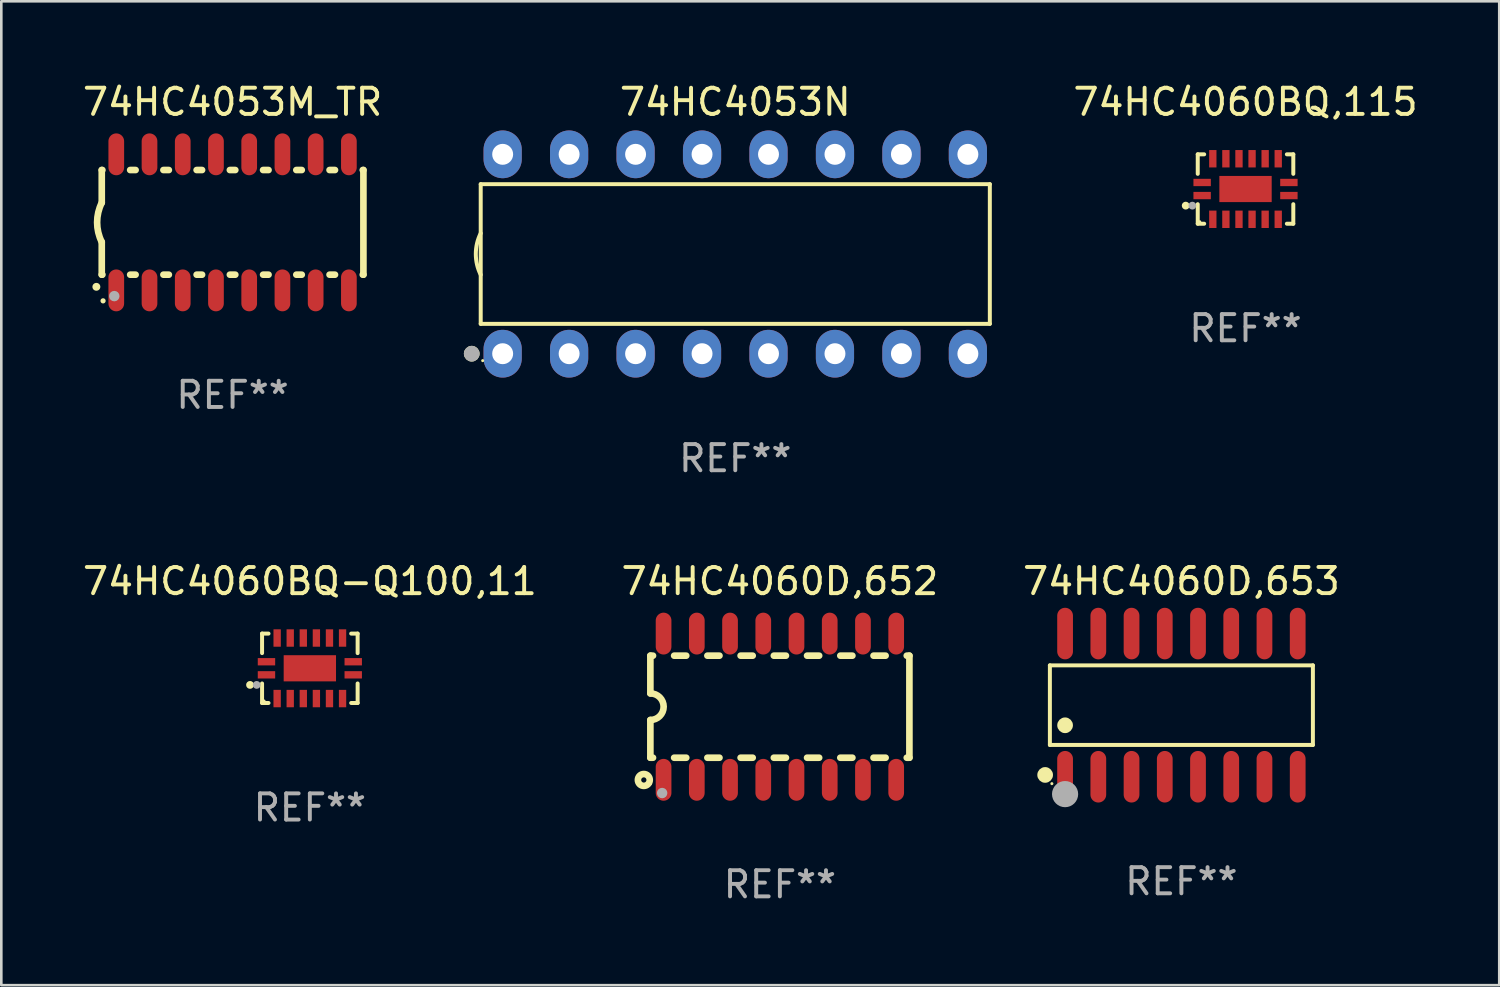
<source format=kicad_pcb>
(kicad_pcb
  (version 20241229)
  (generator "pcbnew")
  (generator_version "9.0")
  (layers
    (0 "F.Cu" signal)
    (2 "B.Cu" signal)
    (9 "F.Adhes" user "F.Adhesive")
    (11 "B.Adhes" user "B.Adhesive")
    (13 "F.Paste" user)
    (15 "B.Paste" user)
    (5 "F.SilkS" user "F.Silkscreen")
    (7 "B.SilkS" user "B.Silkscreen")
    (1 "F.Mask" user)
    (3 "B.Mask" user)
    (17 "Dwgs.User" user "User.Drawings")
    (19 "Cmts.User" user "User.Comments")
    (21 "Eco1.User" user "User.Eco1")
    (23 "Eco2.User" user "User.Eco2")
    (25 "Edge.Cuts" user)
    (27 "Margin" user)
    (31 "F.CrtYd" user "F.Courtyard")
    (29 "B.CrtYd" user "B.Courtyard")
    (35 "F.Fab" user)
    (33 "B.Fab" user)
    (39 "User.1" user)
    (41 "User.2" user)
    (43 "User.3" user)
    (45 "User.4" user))
  (footprint "74HC4060D,653"
    (layer "F.Cu")
    (at 42.101 23.9)
    (property "Reference" "74HC4060D,653" (at 0 -4.736 0) (layer "F.SilkS") (effects (font (size 1 1) (thickness 0.15))))
    (attr through_hole)
    (fp_line (start -5.026 -1.521) (end 5.026 -1.521) (stroke (width 0.152) (type solid)) (layer "F.SilkS"))
    (fp_line (start -5.026 1.521) (end -5.026 -1.521) (stroke (width 0.152) (type solid)) (layer "F.SilkS"))
    (fp_line (start 5.026 -1.521) (end 5.026 1.521) (stroke (width 0.152) (type solid)) (layer "F.SilkS"))
    (fp_line (start 5.026 1.521) (end -5.026 1.521) (stroke (width 0.152) (type solid)) (layer "F.SilkS"))
    (fp_circle (center -5.207 2.667) (end -5.057 2.667) (stroke (width 0.3) (type solid)) (fill no) (layer "F.SilkS"))
    (fp_circle (center -4.95 3) (end -4.92 3) (stroke (width 0.06) (type solid)) (fill no) (layer "F.SilkS"))
    (fp_circle (center -4.445 0.769) (end -4.295 0.769) (stroke (width 0.3) (type solid)) (fill no) (layer "F.SilkS"))
    (fp_circle (center -4.445 3.4) (end -4.195 3.4) (stroke (width 0.5) (type solid)) (fill no) (layer "F.Fab"))
    (fp_text user "REF**" (at 0 6.736 0) (layer "F.Fab") (effects (font (size 1 1) (thickness 0.15))))
    (pad "1" smd oval (at -4.445 2.736) (size 0.602 1.971) (layers "F.Cu" "F.Mask" "F.Paste"))
    (pad "2" smd oval (at -3.175 2.736) (size 0.602 1.971) (layers "F.Cu" "F.Mask" "F.Paste"))
    (pad "3" smd oval (at -1.905 2.736) (size 0.602 1.971) (layers "F.Cu" "F.Mask" "F.Paste"))
    (pad "4" smd oval (at -0.635 2.736) (size 0.602 1.971) (layers "F.Cu" "F.Mask" "F.Paste"))
    (pad "5" smd oval (at 0.635 2.736) (size 0.602 1.971) (layers "F.Cu" "F.Mask" "F.Paste"))
    (pad "6" smd oval (at 1.905 2.736) (size 0.602 1.971) (layers "F.Cu" "F.Mask" "F.Paste"))
    (pad "7" smd oval (at 3.175 2.736) (size 0.602 1.971) (layers "F.Cu" "F.Mask" "F.Paste"))
    (pad "8" smd oval (at 4.445 2.736) (size 0.602 1.971) (layers "F.Cu" "F.Mask" "F.Paste"))
    (pad "9" smd oval (at 4.445 -2.736) (size 0.602 1.971) (layers "F.Cu" "F.Mask" "F.Paste"))
    (pad "10" smd oval (at 3.175 -2.736) (size 0.602 1.971) (layers "F.Cu" "F.Mask" "F.Paste"))
    (pad "11" smd oval (at 1.905 -2.736) (size 0.602 1.971) (layers "F.Cu" "F.Mask" "F.Paste"))
    (pad "12" smd oval (at 0.635 -2.736) (size 0.602 1.971) (layers "F.Cu" "F.Mask" "F.Paste"))
    (pad "13" smd oval (at -0.635 -2.736) (size 0.602 1.971) (layers "F.Cu" "F.Mask" "F.Paste"))
    (pad "14" smd oval (at -1.905 -2.736) (size 0.602 1.971) (layers "F.Cu" "F.Mask" "F.Paste"))
    (pad "15" smd oval (at -3.175 -2.736) (size 0.602 1.971) (layers "F.Cu" "F.Mask" "F.Paste"))
    (pad "16" smd oval (at -4.445 -2.736) (size 0.602 1.971) (layers "F.Cu" "F.Mask" "F.Paste")))
  (footprint "74HC4053M_TR"
    (layer "F.Cu")
    (at 5.839 5.448)
    (property "Reference" "74HC4053M_TR" (at 0 -4.6 0) (layer "F.SilkS") (effects (font (size 1 1) (thickness 0.15))))
    (attr through_hole)
    (fp_line (start -5 -2) (end -5 -0.75) (stroke (width 0.254) (type solid)) (layer "F.SilkS"))
    (fp_line (start -5 -2) (end -4.976 -2) (stroke (width 0.254) (type solid)) (layer "F.SilkS"))
    (fp_line (start -5 2) (end -5 0.75) (stroke (width 0.254) (type solid)) (layer "F.SilkS"))
    (fp_line (start -5 2) (end -4.976 2) (stroke (width 0.254) (type solid)) (layer "F.SilkS"))
    (fp_line (start -3.914 -2) (end -3.706 -2) (stroke (width 0.254) (type solid)) (layer "F.SilkS"))
    (fp_line (start -3.914 2) (end -3.706 2) (stroke (width 0.254) (type solid)) (layer "F.SilkS"))
    (fp_line (start -2.644 -2) (end -2.436 -2) (stroke (width 0.254) (type solid)) (layer "F.SilkS"))
    (fp_line (start -2.644 2) (end -2.436 2) (stroke (width 0.254) (type solid)) (layer "F.SilkS"))
    (fp_line (start -1.374 -2) (end -1.166 -2) (stroke (width 0.254) (type solid)) (layer "F.SilkS"))
    (fp_line (start -1.374 2) (end -1.166 2) (stroke (width 0.254) (type solid)) (layer "F.SilkS"))
    (fp_line (start -0.104 -2) (end 0.104 -2) (stroke (width 0.254) (type solid)) (layer "F.SilkS"))
    (fp_line (start -0.104 2) (end 0.104 2) (stroke (width 0.254) (type solid)) (layer "F.SilkS"))
    (fp_line (start 1.166 -2) (end 1.374 -2) (stroke (width 0.254) (type solid)) (layer "F.SilkS"))
    (fp_line (start 1.166 2) (end 1.374 2) (stroke (width 0.254) (type solid)) (layer "F.SilkS"))
    (fp_line (start 2.436 -2) (end 2.644 -2) (stroke (width 0.254) (type solid)) (layer "F.SilkS"))
    (fp_line (start 2.436 2) (end 2.644 2) (stroke (width 0.254) (type solid)) (layer "F.SilkS"))
    (fp_line (start 3.706 -2) (end 3.914 -2) (stroke (width 0.254) (type solid)) (layer "F.SilkS"))
    (fp_line (start 3.706 2) (end 3.914 2) (stroke (width 0.254) (type solid)) (layer "F.SilkS"))
    (fp_line (start 4.976 -2) (end 5 -2) (stroke (width 0.254) (type solid)) (layer "F.SilkS"))
    (fp_line (start 4.976 2) (end 5 2) (stroke (width 0.254) (type solid)) (layer "F.SilkS"))
    (fp_line (start 5 2) (end 5 -2) (stroke (width 0.254) (type solid)) (layer "F.SilkS"))
    (fp_arc (start -5.20701 2.46383) (mid -5.20574 2.463825) (end -5.20447 2.46383) (stroke (width 0.3) (type solid)) (layer "F.SilkS"))
    (fp_arc (start -5 0.751207) (mid -5.177192 0.00061) (end -5 -0.749987) (stroke (width 0.254001) (type solid)) (layer "F.SilkS"))
    (fp_circle (center -4.95 3) (end -4.9 3) (stroke (width 0.1) (type solid)) (fill no) (layer "F.SilkS"))
    (fp_circle (center -4.521 2.819) (end -4.421 2.819) (stroke (width 0.2) (type solid)) (fill no) (layer "F.Fab"))
    (fp_text user "REF**" (at 0 6.6 0) (layer "F.Fab") (effects (font (size 1 1) (thickness 0.15))))
    (pad "1" smd oval (at -4.445 2.6 180) (size 0.6 1.6) (layers "F.Cu" "F.Mask" "F.Paste"))
    (pad "2" smd oval (at -3.175 2.6 180) (size 0.6 1.6) (layers "F.Cu" "F.Mask" "F.Paste"))
    (pad "3" smd oval (at -1.905 2.6 180) (size 0.6 1.6) (layers "F.Cu" "F.Mask" "F.Paste"))
    (pad "4" smd oval (at -0.635 2.6 180) (size 0.6 1.6) (layers "F.Cu" "F.Mask" "F.Paste"))
    (pad "5" smd oval (at 0.635 2.6 180) (size 0.6 1.6) (layers "F.Cu" "F.Mask" "F.Paste"))
    (pad "6" smd oval (at 1.905 2.6 180) (size 0.6 1.6) (layers "F.Cu" "F.Mask" "F.Paste"))
    (pad "7" smd oval (at 3.175 2.6 180) (size 0.6 1.6) (layers "F.Cu" "F.Mask" "F.Paste"))
    (pad "8" smd oval (at 4.445 2.6 180) (size 0.6 1.6) (layers "F.Cu" "F.Mask" "F.Paste"))
    (pad "9" smd oval (at 4.445 -2.6 180) (size 0.6 1.6) (layers "F.Cu" "F.Mask" "F.Paste"))
    (pad "10" smd oval (at 3.175 -2.6 180) (size 0.6 1.6) (layers "F.Cu" "F.Mask" "F.Paste"))
    (pad "11" smd oval (at 1.905 -2.6 180) (size 0.6 1.6) (layers "F.Cu" "F.Mask" "F.Paste"))
    (pad "12" smd oval (at 0.635 -2.6 180) (size 0.6 1.6) (layers "F.Cu" "F.Mask" "F.Paste"))
    (pad "13" smd oval (at -0.635 -2.6 180) (size 0.6 1.6) (layers "F.Cu" "F.Mask" "F.Paste"))
    (pad "14" smd oval (at -1.905 -2.6 180) (size 0.6 1.6) (layers "F.Cu" "F.Mask" "F.Paste"))
    (pad "15" smd oval (at -3.175 -2.6 180) (size 0.6 1.6) (layers "F.Cu" "F.Mask" "F.Paste"))
    (pad "16" smd oval (at -4.445 -2.6 180) (size 0.6 1.6) (layers "F.Cu" "F.Mask" "F.Paste")))
  (footprint "74HC4060BQ,115"
    (layer "F.Cu")
    (at 44.552 4.174)
    (property "Reference" "74HC4060BQ,115" (at 0 -3.326 0) (layer "F.SilkS") (effects (font (size 1 1) (thickness 0.15))))
    (attr through_hole)
    (fp_line (start -1.826 -1.326) (end -1.58 -1.326) (stroke (width 0.152) (type solid)) (layer "F.SilkS"))
    (fp_line (start -1.826 -0.58) (end -1.826 -1.326) (stroke (width 0.152) (type solid)) (layer "F.SilkS"))
    (fp_line (start -1.826 0.58) (end -1.826 1.326) (stroke (width 0.152) (type solid)) (layer "F.SilkS"))
    (fp_line (start -1.826 1.326) (end -1.58 1.326) (stroke (width 0.152) (type solid)) (layer "F.SilkS"))
    (fp_line (start 1.826 -1.326) (end 1.58 -1.326) (stroke (width 0.152) (type solid)) (layer "F.SilkS"))
    (fp_line (start 1.826 -0.58) (end 1.826 -1.326) (stroke (width 0.152) (type solid)) (layer "F.SilkS"))
    (fp_line (start 1.826 0.58) (end 1.826 1.326) (stroke (width 0.152) (type solid)) (layer "F.SilkS"))
    (fp_line (start 1.826 1.326) (end 1.58 1.326) (stroke (width 0.152) (type solid)) (layer "F.SilkS"))
    (fp_circle (center -2.286 0.635) (end -2.211 0.635) (stroke (width 0.15) (type solid)) (fill no) (layer "F.SilkS"))
    (fp_circle (center -1.75 1.25) (end -1.72 1.25) (stroke (width 0.06) (type solid)) (fill no) (layer "F.SilkS"))
    (fp_circle (center -2.032 0.635) (end -1.957 0.635) (stroke (width 0.15) (type solid)) (fill no) (layer "F.Fab"))
    (fp_text user "REF**" (at 0 5.326 0) (layer "F.Fab") (effects (font (size 1 1) (thickness 0.15))))
    (pad "1" smd rect (at -1.658 0.25) (size 0.665 0.28) (layers "F.Cu" "F.Mask" "F.Paste"))
    (pad "2" smd rect (at -1.25 1.157) (size 0.28 0.665) (layers "F.Cu" "F.Mask" "F.Paste"))
    (pad "3" smd rect (at -0.75 1.157) (size 0.28 0.665) (layers "F.Cu" "F.Mask" "F.Paste"))
    (pad "4" smd rect (at -0.25 1.157) (size 0.28 0.665) (layers "F.Cu" "F.Mask" "F.Paste"))
    (pad "5" smd rect (at 0.25 1.157) (size 0.28 0.665) (layers "F.Cu" "F.Mask" "F.Paste"))
    (pad "6" smd rect (at 0.75 1.157) (size 0.28 0.665) (layers "F.Cu" "F.Mask" "F.Paste"))
    (pad "7" smd rect (at 1.25 1.157) (size 0.28 0.665) (layers "F.Cu" "F.Mask" "F.Paste"))
    (pad "8" smd rect (at 1.658 0.25) (size 0.665 0.28) (layers "F.Cu" "F.Mask" "F.Paste"))
    (pad "9" smd rect (at 1.658 -0.25) (size 0.665 0.28) (layers "F.Cu" "F.Mask" "F.Paste"))
    (pad "10" smd rect (at 1.25 -1.157) (size 0.28 0.665) (layers "F.Cu" "F.Mask" "F.Paste"))
    (pad "11" smd rect (at 0.75 -1.157) (size 0.28 0.665) (layers "F.Cu" "F.Mask" "F.Paste"))
    (pad "12" smd rect (at 0.25 -1.157) (size 0.28 0.665) (layers "F.Cu" "F.Mask" "F.Paste"))
    (pad "13" smd rect (at -0.25 -1.157) (size 0.28 0.665) (layers "F.Cu" "F.Mask" "F.Paste"))
    (pad "14" smd rect (at -0.75 -1.157) (size 0.28 0.665) (layers "F.Cu" "F.Mask" "F.Paste"))
    (pad "15" smd rect (at -1.25 -1.157) (size 0.28 0.665) (layers "F.Cu" "F.Mask" "F.Paste"))
    (pad "16" smd rect (at -1.658 -0.25) (size 0.665 0.28) (layers "F.Cu" "F.Mask" "F.Paste"))
    (pad "17" smd rect (at 0 0) (size 2 1) (layers "F.Cu" "F.Mask" "F.Paste")))
  (footprint "74HC4060D,652"
    (layer "F.Cu")
    (at 26.756 23.959)
    (property "Reference" "74HC4060D,652" (at 0 -4.794 0) (layer "F.SilkS") (effects (font (size 1 1) (thickness 0.15))))
    (attr through_hole)
    (fp_line (start -4.95 -1.95) (end -4.95 -0.508) (stroke (width 0.254) (type solid)) (layer "F.SilkS"))
    (fp_line (start -4.95 -1.95) (end -4.849 -1.95) (stroke (width 0.254) (type solid)) (layer "F.SilkS"))
    (fp_line (start -4.95 1.95) (end -4.95 0.508) (stroke (width 0.254) (type solid)) (layer "F.SilkS"))
    (fp_line (start -4.95 1.95) (end -4.849 1.95) (stroke (width 0.254) (type solid)) (layer "F.SilkS"))
    (fp_line (start -4.041 -1.95) (end -3.579 -1.95) (stroke (width 0.254) (type solid)) (layer "F.SilkS"))
    (fp_line (start -4.041 1.95) (end -3.579 1.95) (stroke (width 0.254) (type solid)) (layer "F.SilkS"))
    (fp_line (start -2.771 -1.95) (end -2.309 -1.95) (stroke (width 0.254) (type solid)) (layer "F.SilkS"))
    (fp_line (start -2.771 1.95) (end -2.309 1.95) (stroke (width 0.254) (type solid)) (layer "F.SilkS"))
    (fp_line (start -1.501 -1.95) (end -1.039 -1.95) (stroke (width 0.254) (type solid)) (layer "F.SilkS"))
    (fp_line (start -1.501 1.95) (end -1.039 1.95) (stroke (width 0.254) (type solid)) (layer "F.SilkS"))
    (fp_line (start -0.231 -1.95) (end 0.231 -1.95) (stroke (width 0.254) (type solid)) (layer "F.SilkS"))
    (fp_line (start -0.231 1.95) (end 0.231 1.95) (stroke (width 0.254) (type solid)) (layer "F.SilkS"))
    (fp_line (start 1.039 -1.95) (end 1.501 -1.95) (stroke (width 0.254) (type solid)) (layer "F.SilkS"))
    (fp_line (start 1.039 1.95) (end 1.501 1.95) (stroke (width 0.254) (type solid)) (layer "F.SilkS"))
    (fp_line (start 2.309 -1.95) (end 2.771 -1.95) (stroke (width 0.254) (type solid)) (layer "F.SilkS"))
    (fp_line (start 2.309 1.95) (end 2.771 1.95) (stroke (width 0.254) (type solid)) (layer "F.SilkS"))
    (fp_line (start 3.579 -1.95) (end 4.041 -1.95) (stroke (width 0.254) (type solid)) (layer "F.SilkS"))
    (fp_line (start 3.579 1.95) (end 4.041 1.95) (stroke (width 0.254) (type solid)) (layer "F.SilkS"))
    (fp_line (start 4.849 -1.95) (end 4.95 -1.95) (stroke (width 0.254) (type solid)) (layer "F.SilkS"))
    (fp_line (start 4.849 1.95) (end 4.95 1.95) (stroke (width 0.254) (type solid)) (layer "F.SilkS"))
    (fp_line (start 4.95 -1.95) (end 4.95 1.95) (stroke (width 0.254) (type solid)) (layer "F.SilkS"))
    (fp_arc (start -4.95047 -0.508001) (mid -4.442469 -0.000228) (end -4.950013 0.508001) (stroke (width 0.254001) (type solid)) (layer "F.SilkS"))
    (fp_circle (center -5.2 2.8) (end -5.1 2.8) (stroke (width 0.254) (type solid)) (fill no) (layer "F.SilkS"))
    (fp_circle (center -4.95 2.947) (end -4.92 2.947) (stroke (width 0.06) (type solid)) (fill no) (layer "F.SilkS"))
    (fp_circle (center -4.5 3.3) (end -4.4 3.3) (stroke (width 0.2) (type solid)) (fill no) (layer "F.Fab"))
    (fp_text user "REF**" (at 0 6.794 0) (layer "F.Fab") (effects (font (size 1 1) (thickness 0.15))))
    (pad "1" smd oval (at -4.445 2.794) (size 0.6 1.6) (layers "F.Cu" "F.Mask" "F.Paste"))
    (pad "2" smd oval (at -3.175 2.794) (size 0.6 1.6) (layers "F.Cu" "F.Mask" "F.Paste"))
    (pad "3" smd oval (at -1.905 2.794) (size 0.6 1.6) (layers "F.Cu" "F.Mask" "F.Paste"))
    (pad "4" smd oval (at -0.635 2.794) (size 0.6 1.6) (layers "F.Cu" "F.Mask" "F.Paste"))
    (pad "5" smd oval (at 0.635 2.794) (size 0.6 1.6) (layers "F.Cu" "F.Mask" "F.Paste"))
    (pad "6" smd oval (at 1.905 2.794) (size 0.6 1.6) (layers "F.Cu" "F.Mask" "F.Paste"))
    (pad "7" smd oval (at 3.175 2.794) (size 0.6 1.6) (layers "F.Cu" "F.Mask" "F.Paste"))
    (pad "8" smd oval (at 4.445 2.794) (size 0.6 1.6) (layers "F.Cu" "F.Mask" "F.Paste"))
    (pad "9" smd oval (at 4.445 -2.794) (size 0.6 1.6) (layers "F.Cu" "F.Mask" "F.Paste"))
    (pad "10" smd oval (at 3.175 -2.794) (size 0.6 1.6) (layers "F.Cu" "F.Mask" "F.Paste"))
    (pad "11" smd oval (at 1.905 -2.794) (size 0.6 1.6) (layers "F.Cu" "F.Mask" "F.Paste"))
    (pad "12" smd oval (at 0.635 -2.794) (size 0.6 1.6) (layers "F.Cu" "F.Mask" "F.Paste"))
    (pad "13" smd oval (at -0.635 -2.794) (size 0.6 1.6) (layers "F.Cu" "F.Mask" "F.Paste"))
    (pad "14" smd oval (at -1.905 -2.794) (size 0.6 1.6) (layers "F.Cu" "F.Mask" "F.Paste"))
    (pad "15" smd oval (at -3.175 -2.794) (size 0.6 1.6) (layers "F.Cu" "F.Mask" "F.Paste"))
    (pad "16" smd oval (at -4.445 -2.794) (size 0.6 1.6) (layers "F.Cu" "F.Mask" "F.Paste")))
  (footprint "74HC4060BQ-Q100,11"
    (layer "F.Cu")
    (at 8.792 22.491)
    (property "Reference" "74HC4060BQ-Q100,11" (at 0 -3.326 0) (layer "F.SilkS") (effects (font (size 1 1) (thickness 0.15))))
    (attr through_hole)
    (fp_line (start -1.826 -1.326) (end -1.58 -1.326) (stroke (width 0.152) (type solid)) (layer "F.SilkS"))
    (fp_line (start -1.826 -0.58) (end -1.826 -1.326) (stroke (width 0.152) (type solid)) (layer "F.SilkS"))
    (fp_line (start -1.826 0.58) (end -1.826 1.326) (stroke (width 0.152) (type solid)) (layer "F.SilkS"))
    (fp_line (start -1.826 1.326) (end -1.58 1.326) (stroke (width 0.152) (type solid)) (layer "F.SilkS"))
    (fp_line (start 1.826 -1.326) (end 1.58 -1.326) (stroke (width 0.152) (type solid)) (layer "F.SilkS"))
    (fp_line (start 1.826 -0.58) (end 1.826 -1.326) (stroke (width 0.152) (type solid)) (layer "F.SilkS"))
    (fp_line (start 1.826 0.58) (end 1.826 1.326) (stroke (width 0.152) (type solid)) (layer "F.SilkS"))
    (fp_line (start 1.826 1.326) (end 1.58 1.326) (stroke (width 0.152) (type solid)) (layer "F.SilkS"))
    (fp_circle (center -2.286 0.635) (end -2.211 0.635) (stroke (width 0.15) (type solid)) (fill no) (layer "F.SilkS"))
    (fp_circle (center -1.75 1.25) (end -1.72 1.25) (stroke (width 0.06) (type solid)) (fill no) (layer "F.SilkS"))
    (fp_circle (center -2.032 0.635) (end -1.957 0.635) (stroke (width 0.15) (type solid)) (fill no) (layer "F.Fab"))
    (fp_text user "REF**" (at 0 5.326 0) (layer "F.Fab") (effects (font (size 1 1) (thickness 0.15))))
    (pad "1" smd rect (at -1.658 0.25) (size 0.665 0.28) (layers "F.Cu" "F.Mask" "F.Paste"))
    (pad "2" smd rect (at -1.25 1.157) (size 0.28 0.665) (layers "F.Cu" "F.Mask" "F.Paste"))
    (pad "3" smd rect (at -0.75 1.157) (size 0.28 0.665) (layers "F.Cu" "F.Mask" "F.Paste"))
    (pad "4" smd rect (at -0.25 1.157) (size 0.28 0.665) (layers "F.Cu" "F.Mask" "F.Paste"))
    (pad "5" smd rect (at 0.25 1.157) (size 0.28 0.665) (layers "F.Cu" "F.Mask" "F.Paste"))
    (pad "6" smd rect (at 0.75 1.157) (size 0.28 0.665) (layers "F.Cu" "F.Mask" "F.Paste"))
    (pad "7" smd rect (at 1.25 1.157) (size 0.28 0.665) (layers "F.Cu" "F.Mask" "F.Paste"))
    (pad "8" smd rect (at 1.658 0.25) (size 0.665 0.28) (layers "F.Cu" "F.Mask" "F.Paste"))
    (pad "9" smd rect (at 1.658 -0.25) (size 0.665 0.28) (layers "F.Cu" "F.Mask" "F.Paste"))
    (pad "10" smd rect (at 1.25 -1.157) (size 0.28 0.665) (layers "F.Cu" "F.Mask" "F.Paste"))
    (pad "11" smd rect (at 0.75 -1.157) (size 0.28 0.665) (layers "F.Cu" "F.Mask" "F.Paste"))
    (pad "12" smd rect (at 0.25 -1.157) (size 0.28 0.665) (layers "F.Cu" "F.Mask" "F.Paste"))
    (pad "13" smd rect (at -0.25 -1.157) (size 0.28 0.665) (layers "F.Cu" "F.Mask" "F.Paste"))
    (pad "14" smd rect (at -0.75 -1.157) (size 0.28 0.665) (layers "F.Cu" "F.Mask" "F.Paste"))
    (pad "15" smd rect (at -1.25 -1.157) (size 0.28 0.665) (layers "F.Cu" "F.Mask" "F.Paste"))
    (pad "16" smd rect (at -1.658 -0.25) (size 0.665 0.28) (layers "F.Cu" "F.Mask" "F.Paste"))
    (pad "17" smd rect (at 0 0) (size 2 1) (layers "F.Cu" "F.Mask" "F.Paste")))
  (footprint "74HC4053N"
    (layer "F.Cu")
    (at 25.051 6.658)
    (property "Reference" "74HC4053N" (at 0 -5.81 0) (layer "F.SilkS") (effects (font (size 1 1) (thickness 0.15))))
    (attr through_hole)
    (fp_line (start -9.729 -2.669) (end 9.729 -2.669) (stroke (width 0.152) (type solid)) (layer "F.SilkS"))
    (fp_line (start -9.729 2.669) (end -9.729 -2.669) (stroke (width 0.152) (type solid)) (layer "F.SilkS"))
    (fp_line (start 9.729 -2.669) (end 9.729 2.669) (stroke (width 0.152) (type solid)) (layer "F.SilkS"))
    (fp_line (start 9.729 2.669) (end -9.729 2.669) (stroke (width 0.152) (type solid)) (layer "F.SilkS"))
    (fp_arc (start -9.728727 0.793751) (mid -9.916106 0) (end -9.728727 -0.793752) (stroke (width 0.1524) (type solid)) (layer "F.SilkS"))
    (fp_circle (center -10.072 3.81) (end -9.922 3.81) (stroke (width 0.3) (type solid)) (fill no) (layer "F.SilkS"))
    (fp_circle (center -9.653 4.075) (end -9.623 4.075) (stroke (width 0.06) (type solid)) (fill no) (layer "F.SilkS"))
    (fp_circle (center -10.072 3.81) (end -9.922 3.81) (stroke (width 0.3) (type solid)) (fill no) (layer "F.Fab"))
    (fp_text user "REF**" (at 0 7.81 0) (layer "F.Fab") (effects (font (size 1 1) (thickness 0.15))))
    (pad "1" thru_hole oval (at -8.89 3.81) (size 1.46 1.825) (drill 0.8) (layers "*.Cu" "*.Mask"))
    (pad "2" thru_hole oval (at -6.35 3.81) (size 1.46 1.825) (drill 0.8) (layers "*.Cu" "*.Mask"))
    (pad "3" thru_hole oval (at -3.81 3.81) (size 1.46 1.825) (drill 0.8) (layers "*.Cu" "*.Mask"))
    (pad "4" thru_hole oval (at -1.27 3.81) (size 1.46 1.825) (drill 0.8) (layers "*.Cu" "*.Mask"))
    (pad "5" thru_hole oval (at 1.27 3.81) (size 1.46 1.825) (drill 0.8) (layers "*.Cu" "*.Mask"))
    (pad "6" thru_hole oval (at 3.81 3.81) (size 1.46 1.825) (drill 0.8) (layers "*.Cu" "*.Mask"))
    (pad "7" thru_hole oval (at 6.35 3.81) (size 1.46 1.825) (drill 0.8) (layers "*.Cu" "*.Mask"))
    (pad "8" thru_hole oval (at 8.89 3.81) (size 1.46 1.825) (drill 0.8) (layers "*.Cu" "*.Mask"))
    (pad "9" thru_hole oval (at 8.89 -3.81) (size 1.46 1.825) (drill 0.8) (layers "*.Cu" "*.Mask"))
    (pad "10" thru_hole oval (at 6.35 -3.81) (size 1.46 1.825) (drill 0.8) (layers "*.Cu" "*.Mask"))
    (pad "11" thru_hole oval (at 3.81 -3.81) (size 1.46 1.825) (drill 0.8) (layers "*.Cu" "*.Mask"))
    (pad "12" thru_hole oval (at 1.27 -3.81) (size 1.46 1.825) (drill 0.8) (layers "*.Cu" "*.Mask"))
    (pad "13" thru_hole oval (at -1.27 -3.81) (size 1.46 1.825) (drill 0.8) (layers "*.Cu" "*.Mask"))
    (pad "14" thru_hole oval (at -3.81 -3.81) (size 1.46 1.825) (drill 0.8) (layers "*.Cu" "*.Mask"))
    (pad "15" thru_hole oval (at -6.35 -3.81) (size 1.46 1.825) (drill 0.8) (layers "*.Cu" "*.Mask"))
    (pad "16" thru_hole oval (at -8.89 -3.81) (size 1.46 1.825) (drill 0.8) (layers "*.Cu" "*.Mask")))
  (gr_rect
    (start -3 -3)
    (end 54.249 34.601)
    (stroke (width 0.1) (type default))
    (fill no)
    (layer "Edge.Cuts")))
</source>
